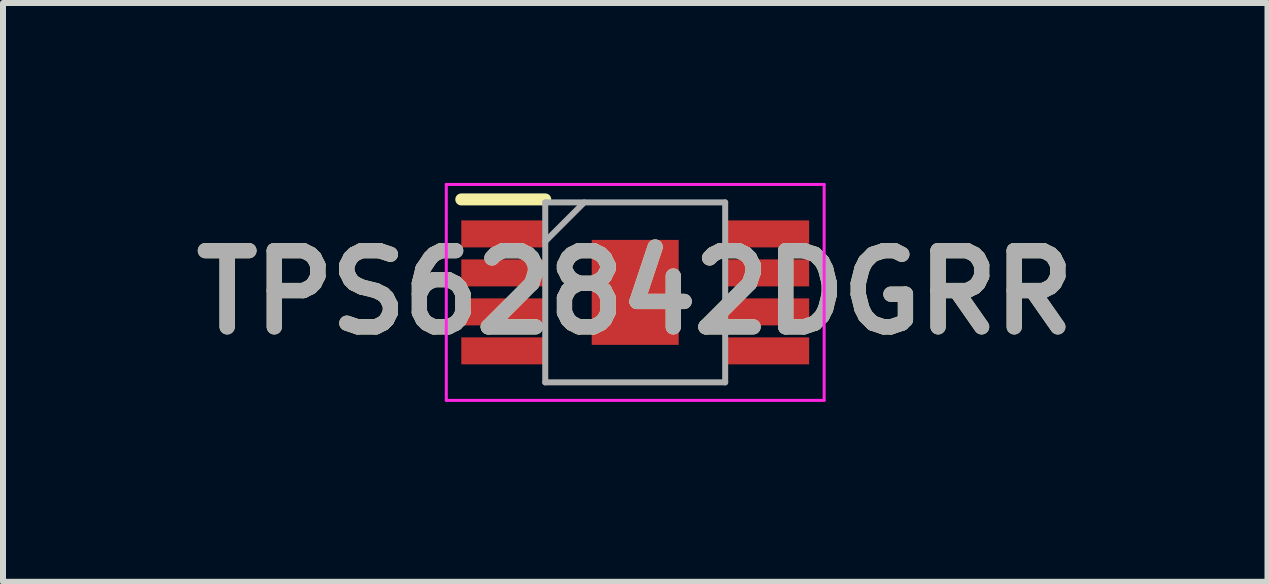
<source format=kicad_pcb>
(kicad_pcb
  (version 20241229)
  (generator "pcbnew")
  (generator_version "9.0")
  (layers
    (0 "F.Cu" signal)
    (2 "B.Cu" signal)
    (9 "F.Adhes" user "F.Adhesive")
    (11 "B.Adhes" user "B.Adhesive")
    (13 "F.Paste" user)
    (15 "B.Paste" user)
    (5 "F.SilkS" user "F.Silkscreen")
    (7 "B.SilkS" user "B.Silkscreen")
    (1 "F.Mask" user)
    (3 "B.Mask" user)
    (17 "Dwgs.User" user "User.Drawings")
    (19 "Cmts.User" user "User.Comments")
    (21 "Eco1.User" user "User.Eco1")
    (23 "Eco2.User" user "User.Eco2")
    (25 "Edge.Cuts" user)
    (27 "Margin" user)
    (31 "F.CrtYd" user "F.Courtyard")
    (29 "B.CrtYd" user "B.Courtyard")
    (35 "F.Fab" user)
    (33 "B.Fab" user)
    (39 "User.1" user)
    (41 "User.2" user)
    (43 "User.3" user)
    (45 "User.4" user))
  (footprint "TPS62842DGRR"
    (layer "F.Cu")
    (at 7.541 1.825)
    (property "Reference" "TPS62842DGRR" (at 0 0 0) (layer "F.SilkS") (effects (font (size 1.27 1.27) (thickness 0.254))))
    (attr smd)
    (fp_line (start -2.9 -1.55) (end -1.5 -1.55) (stroke (width 0.2) (type solid)) (layer "F.SilkS"))
    (fp_line (start -3.15 -1.8) (end 3.15 -1.8) (stroke (width 0.05) (type solid)) (layer "F.CrtYd"))
    (fp_line (start -3.15 1.8) (end -3.15 -1.8) (stroke (width 0.05) (type solid)) (layer "F.CrtYd"))
    (fp_line (start 3.15 -1.8) (end 3.15 1.8) (stroke (width 0.05) (type solid)) (layer "F.CrtYd"))
    (fp_line (start 3.15 1.8) (end -3.15 1.8) (stroke (width 0.05) (type solid)) (layer "F.CrtYd"))
    (fp_line (start -1.5 -1.5) (end 1.5 -1.5) (stroke (width 0.1) (type solid)) (layer "F.Fab"))
    (fp_line (start -1.5 -0.85) (end -0.85 -1.5) (stroke (width 0.1) (type solid)) (layer "F.Fab"))
    (fp_line (start -1.5 1.5) (end -1.5 -1.5) (stroke (width 0.1) (type solid)) (layer "F.Fab"))
    (fp_line (start 1.5 -1.5) (end 1.5 1.5) (stroke (width 0.1) (type solid)) (layer "F.Fab"))
    (fp_line (start 1.5 1.5) (end -1.5 1.5) (stroke (width 0.1) (type solid)) (layer "F.Fab"))
    (fp_text user "${REFERENCE}" (at 0 0 0) (layer "F.Fab") (effects (font (size 1.27 1.27) (thickness 0.254))))
    (pad "1" smd rect (at -2.2 -0.975 90) (size 0.45 1.4) (layers "F.Cu" "F.Mask" "F.Paste"))
    (pad "2" smd rect (at -2.2 -0.325 90) (size 0.45 1.4) (layers "F.Cu" "F.Mask" "F.Paste"))
    (pad "3" smd rect (at -2.2 0.325 90) (size 0.45 1.4) (layers "F.Cu" "F.Mask" "F.Paste"))
    (pad "4" smd rect (at -2.2 0.975 90) (size 0.45 1.4) (layers "F.Cu" "F.Mask" "F.Paste"))
    (pad "5" smd rect (at 2.2 0.975 90) (size 0.45 1.4) (layers "F.Cu" "F.Mask" "F.Paste"))
    (pad "6" smd rect (at 2.2 0.325 90) (size 0.45 1.4) (layers "F.Cu" "F.Mask" "F.Paste"))
    (pad "7" smd rect (at 2.2 -0.325 90) (size 0.45 1.4) (layers "F.Cu" "F.Mask" "F.Paste"))
    (pad "8" smd rect (at 2.2 -0.975 90) (size 0.45 1.4) (layers "F.Cu" "F.Mask" "F.Paste"))
    (pad "9" smd rect (at 0 0) (size 1.45 1.75) (layers "F.Cu" "F.Mask" "F.Paste")))
  (gr_rect
    (start -3 -3)
    (end 18.083 6.65)
    (stroke (width 0.1) (type default))
    (fill no)
    (layer "Edge.Cuts")))
</source>
